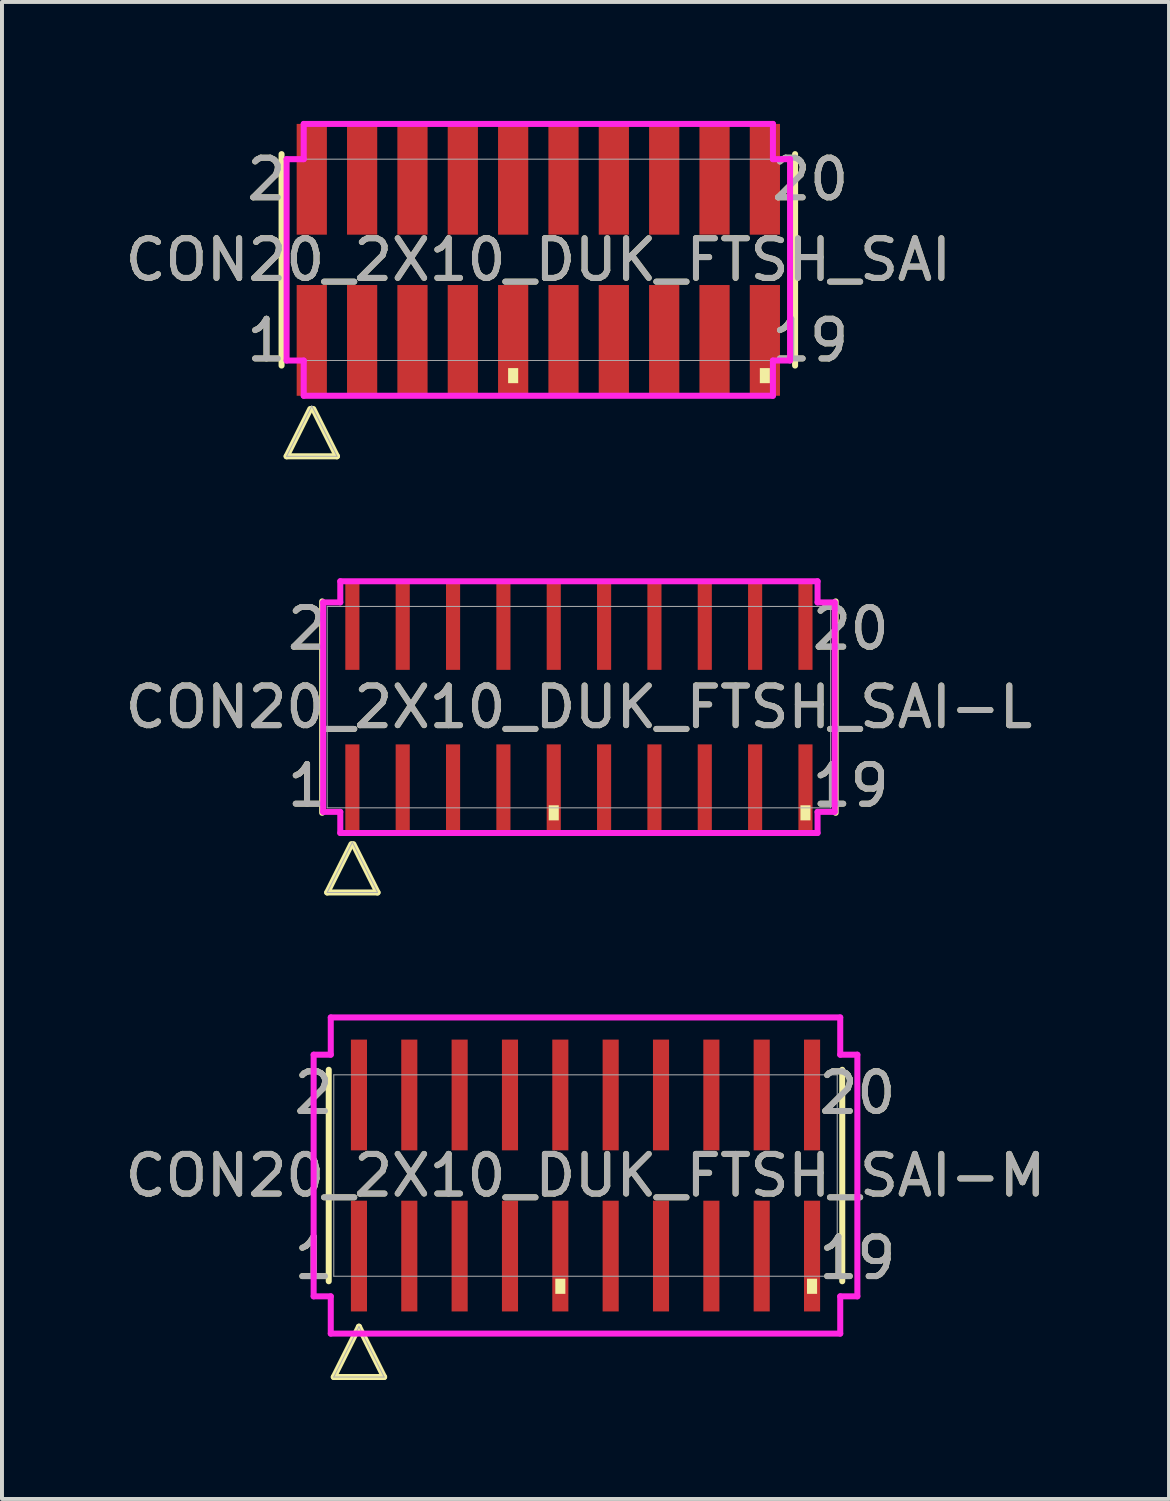
<source format=kicad_pcb>
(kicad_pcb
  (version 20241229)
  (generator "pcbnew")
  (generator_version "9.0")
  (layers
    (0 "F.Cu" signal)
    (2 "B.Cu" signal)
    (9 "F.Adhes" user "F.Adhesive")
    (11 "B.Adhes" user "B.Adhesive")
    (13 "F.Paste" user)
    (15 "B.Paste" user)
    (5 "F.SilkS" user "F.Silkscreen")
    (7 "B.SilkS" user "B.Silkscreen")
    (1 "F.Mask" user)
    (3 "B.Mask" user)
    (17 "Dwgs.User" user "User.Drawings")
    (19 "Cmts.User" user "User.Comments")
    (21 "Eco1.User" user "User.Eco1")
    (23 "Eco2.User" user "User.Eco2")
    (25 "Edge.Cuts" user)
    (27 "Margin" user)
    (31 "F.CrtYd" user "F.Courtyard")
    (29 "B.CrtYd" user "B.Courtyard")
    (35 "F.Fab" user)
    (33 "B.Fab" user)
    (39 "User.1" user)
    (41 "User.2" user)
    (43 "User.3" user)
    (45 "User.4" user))
  (footprint "CON20_2X10_DUK_FTSH_SAI"
    (layer "F.Cu")
    (at 10.53 3.505)
    (property "Reference" "CON20_2X10_DUK_FTSH_SAI" (at 0 0 0) (unlocked yes) (layer "F.SilkS") (effects (font (size 1 1) (thickness 0.15))))
    (attr smd)
    (fp_line (start -6.477 -2.667) (end -6.477 2.667) (stroke (width 0.152) (type solid)) (layer "F.SilkS"))
    (fp_line (start -6.35 4.956) (end -5.753 3.762) (stroke (width 0.152) (type solid)) (layer "F.SilkS"))
    (fp_line (start -5.677 3.762) (end -5.08 4.956) (stroke (width 0.152) (type solid)) (layer "F.SilkS"))
    (fp_line (start -5.08 4.956) (end -6.35 4.956) (stroke (width 0.152) (type solid)) (layer "F.SilkS"))
    (fp_line (start 6.477 2.667) (end 6.477 -2.667) (stroke (width 0.152) (type solid)) (layer "F.SilkS"))
    (fp_poly (pts (xy -0.762 2.731) (xy -0.762 3.111) (xy -0.508 3.111) (xy -0.508 2.731)) (stroke (width 0) (type solid)) (fill yes) (layer "F.SilkS"))
    (fp_poly (pts (xy 5.588 2.731) (xy 5.588 3.111) (xy 5.842 3.111) (xy 5.842 2.731)) (stroke (width 0) (type solid)) (fill yes) (layer "F.SilkS"))
    (fp_line (start -6.35 -2.54) (end -5.918 -2.54) (stroke (width 0.152) (type solid)) (layer "F.CrtYd"))
    (fp_line (start -6.35 2.54) (end -6.35 -2.54) (stroke (width 0.152) (type solid)) (layer "F.CrtYd"))
    (fp_line (start -5.918 -2.54) (end -5.918 -3.429) (stroke (width 0.152) (type solid)) (layer "F.CrtYd"))
    (fp_line (start -5.918 2.54) (end -6.35 2.54) (stroke (width 0.152) (type solid)) (layer "F.CrtYd"))
    (fp_line (start -5.918 3.429) (end -5.918 2.54) (stroke (width 0.152) (type solid)) (layer "F.CrtYd"))
    (fp_line (start -5.918 3.429) (end 5.918 3.429) (stroke (width 0.152) (type solid)) (layer "F.CrtYd"))
    (fp_line (start 5.918 -3.429) (end -5.918 -3.429) (stroke (width 0.152) (type solid)) (layer "F.CrtYd"))
    (fp_line (start 5.918 -3.429) (end 5.918 -2.54) (stroke (width 0.152) (type solid)) (layer "F.CrtYd"))
    (fp_line (start 5.918 -2.54) (end 6.35 -2.54) (stroke (width 0.152) (type solid)) (layer "F.CrtYd"))
    (fp_line (start 5.918 2.54) (end 5.918 3.429) (stroke (width 0.152) (type solid)) (layer "F.CrtYd"))
    (fp_line (start 6.35 -2.54) (end 6.35 2.54) (stroke (width 0.152) (type solid)) (layer "F.CrtYd"))
    (fp_line (start 6.35 2.54) (end 5.918 2.54) (stroke (width 0.152) (type solid)) (layer "F.CrtYd"))
    (fp_line (start -6.35 -2.54) (end -6.35 2.54) (stroke (width 0.025) (type solid)) (layer "F.Fab"))
    (fp_line (start -6.35 2.54) (end 6.35 2.54) (stroke (width 0.025) (type solid)) (layer "F.Fab"))
    (fp_line (start -6.35 4.956) (end -5.715 3.686) (stroke (width 0.025) (type solid)) (layer "F.Fab"))
    (fp_line (start -5.715 3.686) (end -5.08 4.956) (stroke (width 0.025) (type solid)) (layer "F.Fab"))
    (fp_line (start -5.08 4.956) (end -6.35 4.956) (stroke (width 0.025) (type solid)) (layer "F.Fab"))
    (fp_line (start 6.35 -2.54) (end -6.35 -2.54) (stroke (width 0.025) (type solid)) (layer "F.Fab"))
    (fp_line (start 6.35 2.54) (end 6.35 -2.54) (stroke (width 0.025) (type solid)) (layer "F.Fab"))
    (fp_text user "19" (at 6.858 2.032 0) (unlocked yes) (layer "F.SilkS") (effects (font (size 1 1) (thickness 0.15))))
    (fp_text user "20" (at 6.858 -2.032 0) (unlocked yes) (layer "F.SilkS") (effects (font (size 1 1) (thickness 0.15))))
    (fp_text user "2" (at -6.858 -2.032 0) (unlocked yes) (layer "F.SilkS") (effects (font (size 1 1) (thickness 0.15))))
    (fp_text user "1" (at -6.858 2.032 0) (unlocked yes) (layer "F.SilkS") (effects (font (size 1 1) (thickness 0.15))))
    (fp_text user "1" (at -6.858 2.032 0) (unlocked yes) (layer "F.Fab") (effects (font (size 1 1) (thickness 0.15))))
    (fp_text user "2" (at -6.858 -2.032 0) (unlocked yes) (layer "F.Fab") (effects (font (size 1 1) (thickness 0.15))))
    (fp_text user "${REFERENCE}" (at 0 0 0) (unlocked yes) (layer "F.Fab") (effects (font (size 1 1) (thickness 0.15))))
    (fp_text user "20" (at 6.858 -2.032 0) (unlocked yes) (layer "F.Fab") (effects (font (size 1 1) (thickness 0.15))))
    (fp_text user "19" (at 6.858 2.032 0) (unlocked yes) (layer "F.Fab") (effects (font (size 1 1) (thickness 0.15))))
    (pad "1" smd rect (at -5.715 2.032) (size 0.762 2.794) (layers "F.Cu" "F.Mask" "F.Paste"))
    (pad "2" smd rect (at -5.715 -2.032) (size 0.762 2.794) (layers "F.Cu" "F.Mask" "F.Paste"))
    (pad "3" smd rect (at -4.445 2.032) (size 0.762 2.794) (layers "F.Cu" "F.Mask" "F.Paste"))
    (pad "4" smd rect (at -4.445 -2.032) (size 0.762 2.794) (layers "F.Cu" "F.Mask" "F.Paste"))
    (pad "5" smd rect (at -3.175 2.032) (size 0.762 2.794) (layers "F.Cu" "F.Mask" "F.Paste"))
    (pad "6" smd rect (at -3.175 -2.032) (size 0.762 2.794) (layers "F.Cu" "F.Mask" "F.Paste"))
    (pad "7" smd rect (at -1.905 2.032) (size 0.762 2.794) (layers "F.Cu" "F.Mask" "F.Paste"))
    (pad "8" smd rect (at -1.905 -2.032) (size 0.762 2.794) (layers "F.Cu" "F.Mask" "F.Paste"))
    (pad "9" smd rect (at -0.635 2.032) (size 0.762 2.794) (layers "F.Cu" "F.Mask" "F.Paste"))
    (pad "10" smd rect (at -0.635 -2.032) (size 0.762 2.794) (layers "F.Cu" "F.Mask" "F.Paste"))
    (pad "11" smd rect (at 0.635 2.032) (size 0.762 2.794) (layers "F.Cu" "F.Mask" "F.Paste"))
    (pad "12" smd rect (at 0.635 -2.032) (size 0.762 2.794) (layers "F.Cu" "F.Mask" "F.Paste"))
    (pad "13" smd rect (at 1.905 2.032) (size 0.762 2.794) (layers "F.Cu" "F.Mask" "F.Paste"))
    (pad "14" smd rect (at 1.905 -2.032) (size 0.762 2.794) (layers "F.Cu" "F.Mask" "F.Paste"))
    (pad "15" smd rect (at 3.175 2.032) (size 0.762 2.794) (layers "F.Cu" "F.Mask" "F.Paste"))
    (pad "16" smd rect (at 3.175 -2.032) (size 0.762 2.794) (layers "F.Cu" "F.Mask" "F.Paste"))
    (pad "17" smd rect (at 4.445 2.032) (size 0.762 2.794) (layers "F.Cu" "F.Mask" "F.Paste"))
    (pad "18" smd rect (at 4.445 -2.032) (size 0.762 2.794) (layers "F.Cu" "F.Mask" "F.Paste"))
    (pad "19" smd rect (at 5.715 2.032) (size 0.762 2.794) (layers "F.Cu" "F.Mask" "F.Paste"))
    (pad "20" smd rect (at 5.715 -2.032) (size 0.762 2.794) (layers "F.Cu" "F.Mask" "F.Paste")))
  (footprint "CON20_2X10_DUK_FTSH_SAI-M"
    (layer "F.Cu")
    (at 11.72 26.604)
    (property "Reference" "CON20_2X10_DUK_FTSH_SAI-M" (at 0 0 0) (unlocked yes) (layer "F.SilkS") (effects (font (size 1 1) (thickness 0.15))))
    (attr smd)
    (fp_line (start -6.477 -2.667) (end -6.477 2.667) (stroke (width 0.152) (type solid)) (layer "F.SilkS"))
    (fp_line (start -6.35 5.083) (end -5.715 3.813) (stroke (width 0.152) (type solid)) (layer "F.SilkS"))
    (fp_line (start -5.715 3.813) (end -5.08 5.083) (stroke (width 0.152) (type solid)) (layer "F.SilkS"))
    (fp_line (start -5.08 5.083) (end -6.35 5.083) (stroke (width 0.152) (type solid)) (layer "F.SilkS"))
    (fp_line (start 6.477 2.667) (end 6.477 -2.667) (stroke (width 0.152) (type solid)) (layer "F.SilkS"))
    (fp_poly (pts (xy -0.762 2.603) (xy -0.762 2.985) (xy -0.508 2.985) (xy -0.508 2.603)) (stroke (width 0) (type solid)) (fill yes) (layer "F.SilkS"))
    (fp_poly (pts (xy 5.588 2.603) (xy 5.588 2.985) (xy 5.842 2.985) (xy 5.842 2.603)) (stroke (width 0) (type solid)) (fill yes) (layer "F.SilkS"))
    (fp_line (start -6.858 -3.048) (end -6.426 -3.048) (stroke (width 0.152) (type solid)) (layer "F.CrtYd"))
    (fp_line (start -6.858 3.048) (end -6.858 -3.048) (stroke (width 0.152) (type solid)) (layer "F.CrtYd"))
    (fp_line (start -6.426 -3.048) (end -6.426 -3.988) (stroke (width 0.152) (type solid)) (layer "F.CrtYd"))
    (fp_line (start -6.426 3.048) (end -6.858 3.048) (stroke (width 0.152) (type solid)) (layer "F.CrtYd"))
    (fp_line (start -6.426 3.988) (end -6.426 3.048) (stroke (width 0.152) (type solid)) (layer "F.CrtYd"))
    (fp_line (start -6.426 3.988) (end 6.426 3.988) (stroke (width 0.152) (type solid)) (layer "F.CrtYd"))
    (fp_line (start 6.426 -3.988) (end -6.426 -3.988) (stroke (width 0.152) (type solid)) (layer "F.CrtYd"))
    (fp_line (start 6.426 -3.988) (end 6.426 -3.048) (stroke (width 0.152) (type solid)) (layer "F.CrtYd"))
    (fp_line (start 6.426 -3.048) (end 6.858 -3.048) (stroke (width 0.152) (type solid)) (layer "F.CrtYd"))
    (fp_line (start 6.426 3.048) (end 6.426 3.988) (stroke (width 0.152) (type solid)) (layer "F.CrtYd"))
    (fp_line (start 6.858 -3.048) (end 6.858 3.048) (stroke (width 0.152) (type solid)) (layer "F.CrtYd"))
    (fp_line (start 6.858 3.048) (end 6.426 3.048) (stroke (width 0.152) (type solid)) (layer "F.CrtYd"))
    (fp_line (start -6.35 -2.54) (end -6.35 2.54) (stroke (width 0.025) (type solid)) (layer "F.Fab"))
    (fp_line (start -6.35 2.54) (end 6.35 2.54) (stroke (width 0.025) (type solid)) (layer "F.Fab"))
    (fp_line (start -6.35 5.083) (end -5.715 3.813) (stroke (width 0.025) (type solid)) (layer "F.Fab"))
    (fp_line (start -5.715 3.813) (end -5.08 5.083) (stroke (width 0.025) (type solid)) (layer "F.Fab"))
    (fp_line (start -5.08 5.083) (end -6.35 5.083) (stroke (width 0.025) (type solid)) (layer "F.Fab"))
    (fp_line (start 6.35 -2.54) (end -6.35 -2.54) (stroke (width 0.025) (type solid)) (layer "F.Fab"))
    (fp_line (start 6.35 2.54) (end 6.35 -2.54) (stroke (width 0.025) (type solid)) (layer "F.Fab"))
    (fp_text user "1" (at -6.858 2.083 0) (unlocked yes) (layer "F.SilkS") (effects (font (size 1 1) (thickness 0.15))))
    (fp_text user "19" (at 6.858 2.083 0) (unlocked yes) (layer "F.SilkS") (effects (font (size 1 1) (thickness 0.15))))
    (fp_text user "20" (at 6.858 -2.083 0) (unlocked yes) (layer "F.SilkS") (effects (font (size 1 1) (thickness 0.15))))
    (fp_text user "2" (at -6.858 -2.083 0) (unlocked yes) (layer "F.SilkS") (effects (font (size 1 1) (thickness 0.15))))
    (fp_text user "19" (at 6.858 2.083 0) (unlocked yes) (layer "F.Fab") (effects (font (size 1 1) (thickness 0.15))))
    (fp_text user "20" (at 6.858 -2.083 0) (unlocked yes) (layer "F.Fab") (effects (font (size 1 1) (thickness 0.15))))
    (fp_text user "${REFERENCE}" (at 0 0 0) (unlocked yes) (layer "F.Fab") (effects (font (size 1 1) (thickness 0.15))))
    (fp_text user "1" (at -6.858 2.083 0) (unlocked yes) (layer "F.Fab") (effects (font (size 1 1) (thickness 0.15))))
    (fp_text user "2" (at -6.858 -2.083 0) (unlocked yes) (layer "F.Fab") (effects (font (size 1 1) (thickness 0.15))))
    (pad "1" smd rect (at -5.715 2.032) (size 0.406 2.794) (layers "F.Cu" "F.Mask" "F.Paste"))
    (pad "2" smd rect (at -5.715 -2.032) (size 0.406 2.794) (layers "F.Cu" "F.Mask" "F.Paste"))
    (pad "3" smd rect (at -4.445 2.032) (size 0.406 2.794) (layers "F.Cu" "F.Mask" "F.Paste"))
    (pad "4" smd rect (at -4.445 -2.032) (size 0.406 2.794) (layers "F.Cu" "F.Mask" "F.Paste"))
    (pad "5" smd rect (at -3.175 2.032) (size 0.406 2.794) (layers "F.Cu" "F.Mask" "F.Paste"))
    (pad "6" smd rect (at -3.175 -2.032) (size 0.406 2.794) (layers "F.Cu" "F.Mask" "F.Paste"))
    (pad "7" smd rect (at -1.905 2.032) (size 0.406 2.794) (layers "F.Cu" "F.Mask" "F.Paste"))
    (pad "8" smd rect (at -1.905 -2.032) (size 0.406 2.794) (layers "F.Cu" "F.Mask" "F.Paste"))
    (pad "9" smd rect (at -0.635 2.032) (size 0.406 2.794) (layers "F.Cu" "F.Mask" "F.Paste"))
    (pad "10" smd rect (at -0.635 -2.032) (size 0.406 2.794) (layers "F.Cu" "F.Mask" "F.Paste"))
    (pad "11" smd rect (at 0.635 2.032) (size 0.406 2.794) (layers "F.Cu" "F.Mask" "F.Paste"))
    (pad "12" smd rect (at 0.635 -2.032) (size 0.406 2.794) (layers "F.Cu" "F.Mask" "F.Paste"))
    (pad "13" smd rect (at 1.905 2.032) (size 0.406 2.794) (layers "F.Cu" "F.Mask" "F.Paste"))
    (pad "14" smd rect (at 1.905 -2.032) (size 0.406 2.794) (layers "F.Cu" "F.Mask" "F.Paste"))
    (pad "15" smd rect (at 3.175 2.032) (size 0.406 2.794) (layers "F.Cu" "F.Mask" "F.Paste"))
    (pad "16" smd rect (at 3.175 -2.032) (size 0.406 2.794) (layers "F.Cu" "F.Mask" "F.Paste"))
    (pad "17" smd rect (at 4.445 2.032) (size 0.406 2.794) (layers "F.Cu" "F.Mask" "F.Paste"))
    (pad "18" smd rect (at 4.445 -2.032) (size 0.406 2.794) (layers "F.Cu" "F.Mask" "F.Paste"))
    (pad "19" smd rect (at 5.715 2.032) (size 0.406 2.794) (layers "F.Cu" "F.Mask" "F.Paste"))
    (pad "20" smd rect (at 5.715 -2.032) (size 0.406 2.794) (layers "F.Cu" "F.Mask" "F.Paste")))
  (footprint "CON20_2X10_DUK_FTSH_SAI-L"
    (layer "F.Cu")
    (at 11.554 14.788)
    (property "Reference" "CON20_2X10_DUK_FTSH_SAI-L" (at 0 0 0) (unlocked yes) (layer "F.SilkS") (effects (font (size 1 1) (thickness 0.15))))
    (attr smd)
    (fp_line (start -6.477 -2.667) (end -6.477 2.667) (stroke (width 0.152) (type solid)) (layer "F.SilkS"))
    (fp_line (start -6.35 4.676) (end -5.74 3.457) (stroke (width 0.152) (type solid)) (layer "F.SilkS"))
    (fp_line (start -5.69 3.457) (end -5.08 4.676) (stroke (width 0.152) (type solid)) (layer "F.SilkS"))
    (fp_line (start -5.08 4.676) (end -6.35 4.676) (stroke (width 0.152) (type solid)) (layer "F.SilkS"))
    (fp_line (start 6.477 2.667) (end 6.477 -2.667) (stroke (width 0.152) (type solid)) (layer "F.SilkS"))
    (fp_poly (pts (xy -0.762 2.477) (xy -0.762 2.857) (xy -0.508 2.857) (xy -0.508 2.477)) (stroke (width 0) (type solid)) (fill yes) (layer "F.SilkS"))
    (fp_poly (pts (xy 5.588 2.477) (xy 5.588 2.857) (xy 5.842 2.857) (xy 5.842 2.477)) (stroke (width 0) (type solid)) (fill yes) (layer "F.SilkS"))
    (fp_line (start -6.452 -2.642) (end -6.02 -2.642) (stroke (width 0.152) (type solid)) (layer "F.CrtYd"))
    (fp_line (start -6.452 2.642) (end -6.452 -2.642) (stroke (width 0.152) (type solid)) (layer "F.CrtYd"))
    (fp_line (start -6.02 -2.642) (end -6.02 -3.175) (stroke (width 0.152) (type solid)) (layer "F.CrtYd"))
    (fp_line (start -6.02 2.642) (end -6.452 2.642) (stroke (width 0.152) (type solid)) (layer "F.CrtYd"))
    (fp_line (start -6.02 3.175) (end -6.02 2.642) (stroke (width 0.152) (type solid)) (layer "F.CrtYd"))
    (fp_line (start -6.02 3.175) (end 6.02 3.175) (stroke (width 0.152) (type solid)) (layer "F.CrtYd"))
    (fp_line (start 6.02 -3.175) (end -6.02 -3.175) (stroke (width 0.152) (type solid)) (layer "F.CrtYd"))
    (fp_line (start 6.02 -3.175) (end 6.02 -2.642) (stroke (width 0.152) (type solid)) (layer "F.CrtYd"))
    (fp_line (start 6.02 -2.642) (end 6.452 -2.642) (stroke (width 0.152) (type solid)) (layer "F.CrtYd"))
    (fp_line (start 6.02 2.642) (end 6.02 3.175) (stroke (width 0.152) (type solid)) (layer "F.CrtYd"))
    (fp_line (start 6.452 -2.642) (end 6.452 2.642) (stroke (width 0.152) (type solid)) (layer "F.CrtYd"))
    (fp_line (start 6.452 2.642) (end 6.02 2.642) (stroke (width 0.152) (type solid)) (layer "F.CrtYd"))
    (fp_line (start -6.35 -2.54) (end -6.35 2.54) (stroke (width 0.025) (type solid)) (layer "F.Fab"))
    (fp_line (start -6.35 2.54) (end 6.35 2.54) (stroke (width 0.025) (type solid)) (layer "F.Fab"))
    (fp_line (start -6.35 4.676) (end -5.715 3.406) (stroke (width 0.025) (type solid)) (layer "F.Fab"))
    (fp_line (start -5.715 3.406) (end -5.08 4.676) (stroke (width 0.025) (type solid)) (layer "F.Fab"))
    (fp_line (start -5.08 4.676) (end -6.35 4.676) (stroke (width 0.025) (type solid)) (layer "F.Fab"))
    (fp_line (start 6.35 -2.54) (end -6.35 -2.54) (stroke (width 0.025) (type solid)) (layer "F.Fab"))
    (fp_line (start 6.35 2.54) (end 6.35 -2.54) (stroke (width 0.025) (type solid)) (layer "F.Fab"))
    (fp_text user "19" (at 6.858 1.981 0) (unlocked yes) (layer "F.SilkS") (effects (font (size 1 1) (thickness 0.15))))
    (fp_text user "20" (at 6.858 -1.981 0) (unlocked yes) (layer "F.SilkS") (effects (font (size 1 1) (thickness 0.15))))
    (fp_text user "2" (at -6.858 -1.981 0) (unlocked yes) (layer "F.SilkS") (effects (font (size 1 1) (thickness 0.15))))
    (fp_text user "1" (at -6.858 1.981 0) (unlocked yes) (layer "F.SilkS") (effects (font (size 1 1) (thickness 0.15))))
    (fp_text user "1" (at -6.858 1.981 0) (unlocked yes) (layer "F.Fab") (effects (font (size 1 1) (thickness 0.15))))
    (fp_text user "2" (at -6.858 -1.981 0) (unlocked yes) (layer "F.Fab") (effects (font (size 1 1) (thickness 0.15))))
    (fp_text user "19" (at 6.858 1.981 0) (unlocked yes) (layer "F.Fab") (effects (font (size 1 1) (thickness 0.15))))
    (fp_text user "20" (at 6.858 -1.981 0) (unlocked yes) (layer "F.Fab") (effects (font (size 1 1) (thickness 0.15))))
    (fp_text user "${REFERENCE}" (at 0 0 0) (unlocked yes) (layer "F.Fab") (effects (font (size 1 1) (thickness 0.15))))
    (pad "1" smd rect (at -5.715 2.032) (size 0.356 2.184) (layers "F.Cu" "F.Mask" "F.Paste"))
    (pad "2" smd rect (at -5.715 -2.032) (size 0.356 2.184) (layers "F.Cu" "F.Mask" "F.Paste"))
    (pad "3" smd rect (at -4.445 2.032) (size 0.356 2.184) (layers "F.Cu" "F.Mask" "F.Paste"))
    (pad "4" smd rect (at -4.445 -2.032) (size 0.356 2.184) (layers "F.Cu" "F.Mask" "F.Paste"))
    (pad "5" smd rect (at -3.175 2.032) (size 0.356 2.184) (layers "F.Cu" "F.Mask" "F.Paste"))
    (pad "6" smd rect (at -3.175 -2.032) (size 0.356 2.184) (layers "F.Cu" "F.Mask" "F.Paste"))
    (pad "7" smd rect (at -1.905 2.032) (size 0.356 2.184) (layers "F.Cu" "F.Mask" "F.Paste"))
    (pad "8" smd rect (at -1.905 -2.032) (size 0.356 2.184) (layers "F.Cu" "F.Mask" "F.Paste"))
    (pad "9" smd rect (at -0.635 2.032) (size 0.356 2.184) (layers "F.Cu" "F.Mask" "F.Paste"))
    (pad "10" smd rect (at -0.635 -2.032) (size 0.356 2.184) (layers "F.Cu" "F.Mask" "F.Paste"))
    (pad "11" smd rect (at 0.635 2.032) (size 0.356 2.184) (layers "F.Cu" "F.Mask" "F.Paste"))
    (pad "12" smd rect (at 0.635 -2.032) (size 0.356 2.184) (layers "F.Cu" "F.Mask" "F.Paste"))
    (pad "13" smd rect (at 1.905 2.032) (size 0.356 2.184) (layers "F.Cu" "F.Mask" "F.Paste"))
    (pad "14" smd rect (at 1.905 -2.032) (size 0.356 2.184) (layers "F.Cu" "F.Mask" "F.Paste"))
    (pad "15" smd rect (at 3.175 2.032) (size 0.356 2.184) (layers "F.Cu" "F.Mask" "F.Paste"))
    (pad "16" smd rect (at 3.175 -2.032) (size 0.356 2.184) (layers "F.Cu" "F.Mask" "F.Paste"))
    (pad "17" smd rect (at 4.445 2.032) (size 0.356 2.184) (layers "F.Cu" "F.Mask" "F.Paste"))
    (pad "18" smd rect (at 4.445 -2.032) (size 0.356 2.184) (layers "F.Cu" "F.Mask" "F.Paste"))
    (pad "19" smd rect (at 5.715 2.032) (size 0.356 2.184) (layers "F.Cu" "F.Mask" "F.Paste"))
    (pad "20" smd rect (at 5.715 -2.032) (size 0.356 2.184) (layers "F.Cu" "F.Mask" "F.Paste")))
  (gr_rect
    (start -3 -3)
    (end 26.44 34.763)
    (stroke (width 0.1) (type default))
    (fill no)
    (layer "Edge.Cuts")))
</source>
